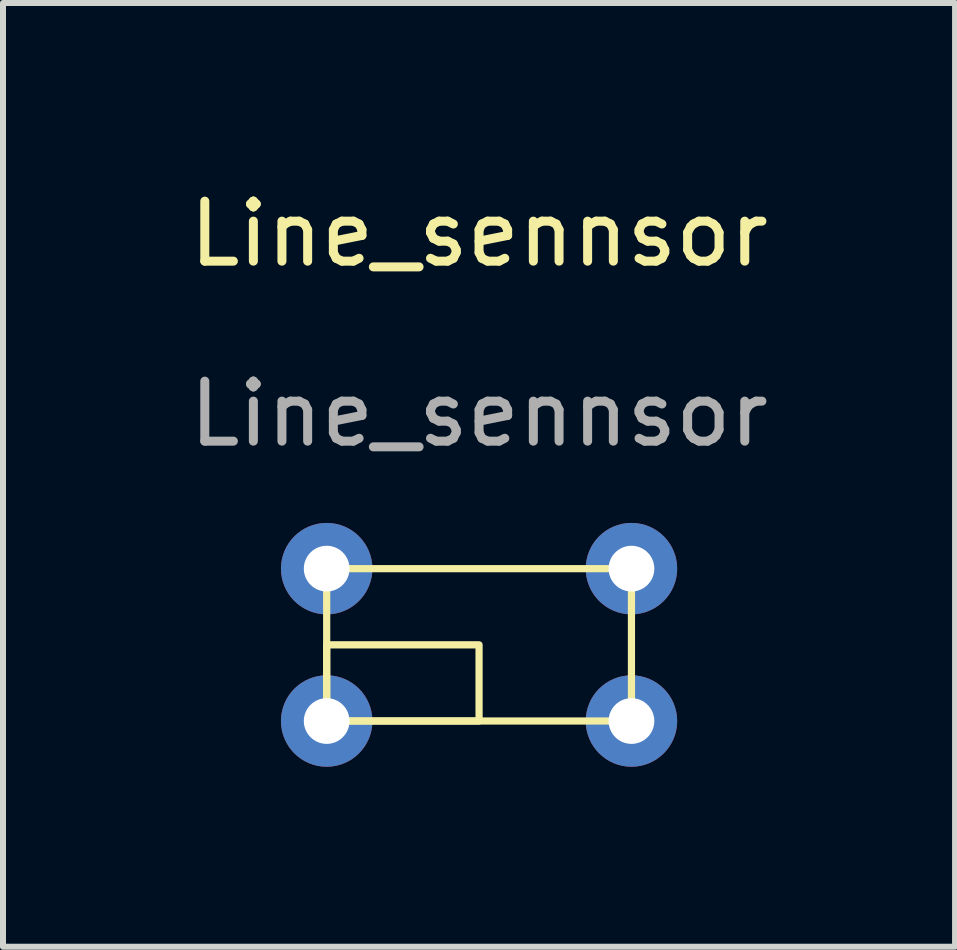
<source format=kicad_pcb>
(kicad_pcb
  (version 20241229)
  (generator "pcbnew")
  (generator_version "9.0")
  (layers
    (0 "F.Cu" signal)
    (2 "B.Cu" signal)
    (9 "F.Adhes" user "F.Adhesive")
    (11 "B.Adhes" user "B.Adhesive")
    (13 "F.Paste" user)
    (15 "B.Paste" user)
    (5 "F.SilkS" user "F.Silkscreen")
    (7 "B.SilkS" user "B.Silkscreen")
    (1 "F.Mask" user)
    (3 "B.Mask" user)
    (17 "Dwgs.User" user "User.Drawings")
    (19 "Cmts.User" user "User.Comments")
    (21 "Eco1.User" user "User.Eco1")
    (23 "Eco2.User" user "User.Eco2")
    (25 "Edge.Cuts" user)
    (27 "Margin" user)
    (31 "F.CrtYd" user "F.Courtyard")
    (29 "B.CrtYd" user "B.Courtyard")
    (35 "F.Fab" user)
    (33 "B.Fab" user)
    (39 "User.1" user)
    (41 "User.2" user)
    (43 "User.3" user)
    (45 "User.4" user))
  (footprint "Line_sennsor"
    (layer "F.Cu")
    (at 4.935 1.348)
    (property "Reference" "Line_sennsor" (at 0 -0.5 0) (unlocked yes) (layer "F.SilkS") (effects (font (size 1 1) (thickness 0.15))))
    (attr through_hole)
    (fp_rect (start -2.54 5.08) (end 2.54 7.62) (stroke (width 0.12) (type solid)) (fill no) (layer "F.SilkS"))
    (fp_rect (start -2.54 6.35) (end 0 7.62) (stroke (width 0.12) (type solid)) (fill no) (layer "F.SilkS"))
    (fp_text user "${REFERENCE}" (at 0 2.5 0) (unlocked yes) (layer "F.Fab") (effects (font (size 1 1) (thickness 0.15))))
    (pad "1" thru_hole circle (at -2.54 5.08) (size 1.524 1.524) (drill 0.762) (layers "*.Cu" "*.Mask"))
    (pad "2" thru_hole circle (at 2.54 5.08) (size 1.524 1.524) (drill 0.762) (layers "*.Cu" "*.Mask"))
    (pad "3" thru_hole circle (at 2.54 7.62) (size 1.524 1.524) (drill 0.762) (layers "*.Cu" "*.Mask"))
    (pad "4" thru_hole circle (at -2.54 7.62) (size 1.524 1.524) (drill 0.762) (layers "*.Cu" "*.Mask")))
  (gr_rect
    (start -3 -3)
    (end 12.869 12.73)
    (stroke (width 0.1) (type default))
    (fill no)
    (layer "Edge.Cuts")))
</source>
